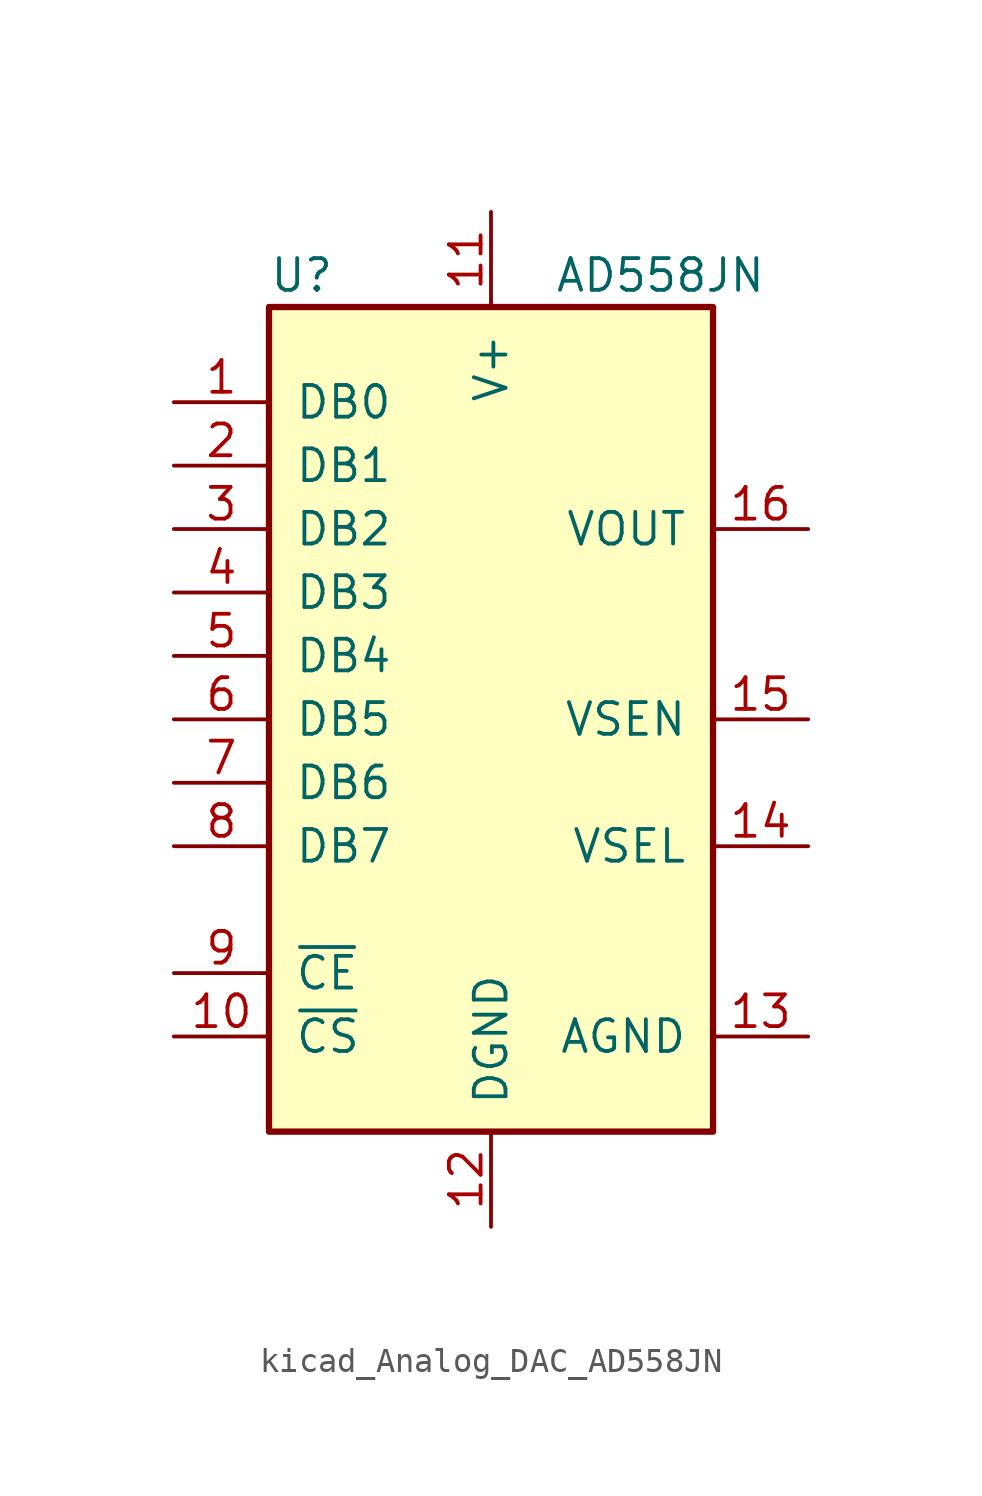
<source format=kicad_sym>
(kicad_symbol_lib
  (version 20220914)
  (generator kicad_symbol_editor)
  (symbol "kicad_Analog_DAC_AD558JN"
    (pin_names
      (offset 1.016))
    (property "Reference" "U"
      (at -8.89 17.78 0)
      (effects (font (size 1.27 1.27)) (justify left)))
    (property "Value" "AD558JN"
      (at 2.54 17.78 0)
      (effects (font (size 1.27 1.27)) (justify left)))
    (symbol "kicad_Analog_DAC_AD558JN_0_1"
      (rectangle (start -8.89 -16.51) (end 8.89 16.51) (stroke (width 0.254) (type default)) (fill (type background))))
    (symbol "kicad_Analog_DAC_AD558JN_1_1"
      (pin input line (at -12.7 12.7 0) (length 3.81) (name "DB0" (effects (font (size 1.27 1.27)))) (number "1" (effects (font (size 1.27 1.27)))))
      (pin input line (at -12.7 -12.7 0) (length 3.81) (name "~{CS}" (effects (font (size 1.27 1.27)))) (number "10" (effects (font (size 1.27 1.27)))))
      (pin power_in line (at 0 20.32 270) (length 3.81) (name "V+" (effects (font (size 1.27 1.27)))) (number "11" (effects (font (size 1.27 1.27)))))
      (pin power_in line (at 0 -20.32 90) (length 3.81) (name "DGND" (effects (font (size 1.27 1.27)))) (number "12" (effects (font (size 1.27 1.27)))))
      (pin power_in line (at 12.7 -12.7 180) (length 3.81) (name "AGND" (effects (font (size 1.27 1.27)))) (number "13" (effects (font (size 1.27 1.27)))))
      (pin input line (at 12.7 -5.08 180) (length 3.81) (name "VSEL" (effects (font (size 1.27 1.27)))) (number "14" (effects (font (size 1.27 1.27)))))
      (pin input line (at 12.7 0 180) (length 3.81) (name "VSEN" (effects (font (size 1.27 1.27)))) (number "15" (effects (font (size 1.27 1.27)))))
      (pin output line (at 12.7 7.62 180) (length 3.81) (name "VOUT" (effects (font (size 1.27 1.27)))) (number "16" (effects (font (size 1.27 1.27)))))
      (pin input line (at -12.7 10.16 0) (length 3.81) (name "DB1" (effects (font (size 1.27 1.27)))) (number "2" (effects (font (size 1.27 1.27)))))
      (pin input line (at -12.7 7.62 0) (length 3.81) (name "DB2" (effects (font (size 1.27 1.27)))) (number "3" (effects (font (size 1.27 1.27)))))
      (pin input line (at -12.7 5.08 0) (length 3.81) (name "DB3" (effects (font (size 1.27 1.27)))) (number "4" (effects (font (size 1.27 1.27)))))
      (pin input line (at -12.7 2.54 0) (length 3.81) (name "DB4" (effects (font (size 1.27 1.27)))) (number "5" (effects (font (size 1.27 1.27)))))
      (pin input line (at -12.7 0 0) (length 3.81) (name "DB5" (effects (font (size 1.27 1.27)))) (number "6" (effects (font (size 1.27 1.27)))))
      (pin input line (at -12.7 -2.54 0) (length 3.81) (name "DB6" (effects (font (size 1.27 1.27)))) (number "7" (effects (font (size 1.27 1.27)))))
      (pin input line (at -12.7 -5.08 0) (length 3.81) (name "DB7" (effects (font (size 1.27 1.27)))) (number "8" (effects (font (size 1.27 1.27)))))
      (pin input line (at -12.7 -10.16 0) (length 3.81) (name "~{CE}" (effects (font (size 1.27 1.27)))) (number "9" (effects (font (size 1.27 1.27))))))))
</source>
